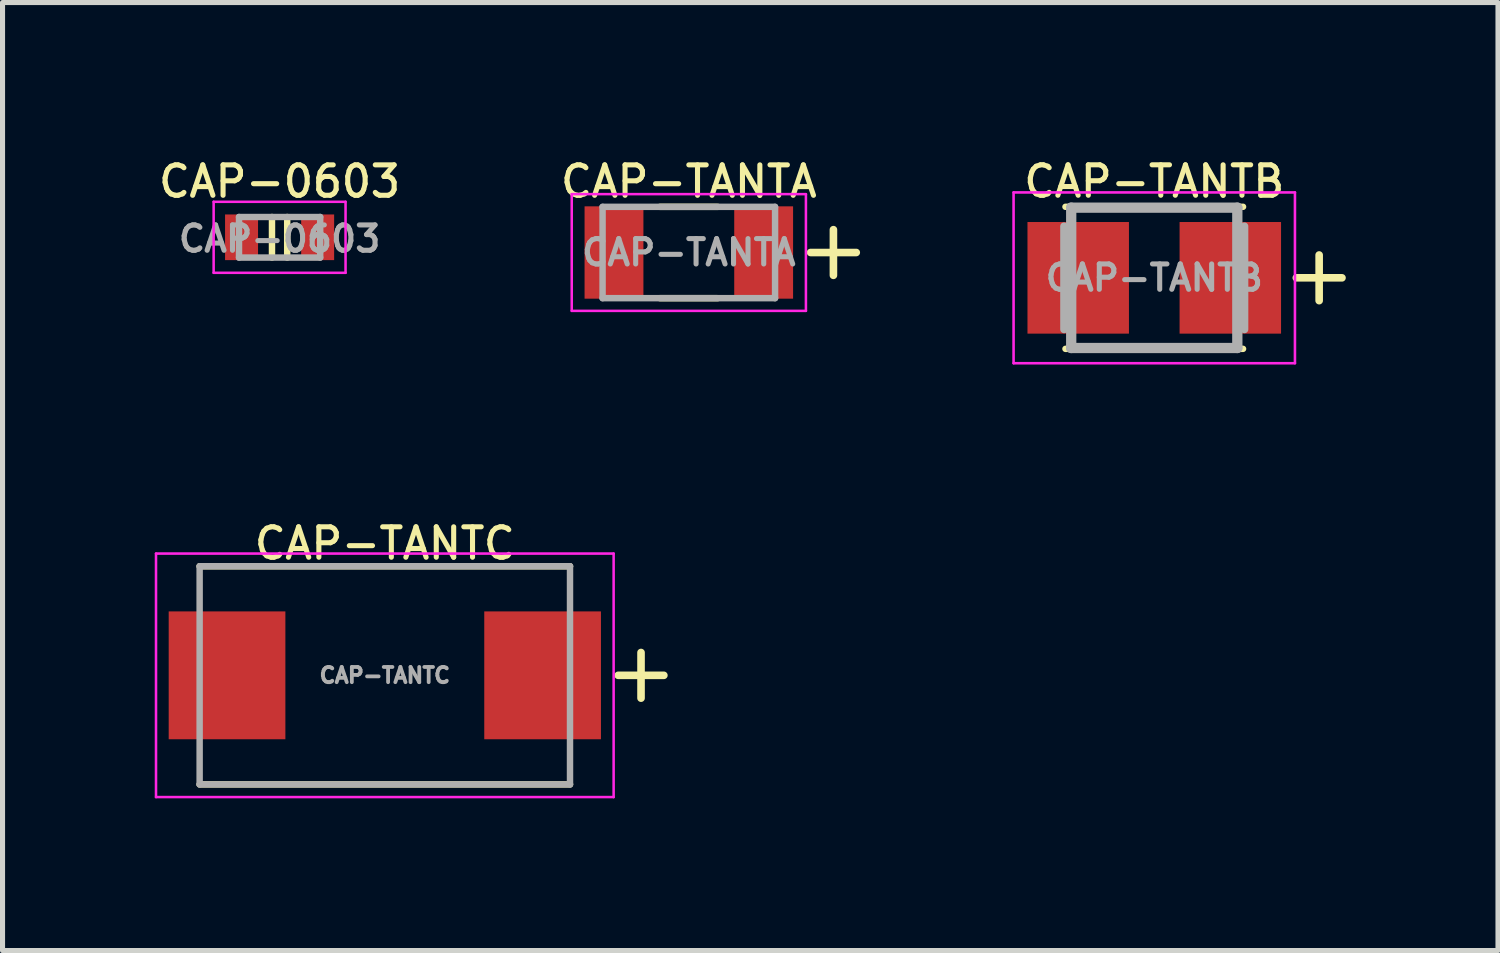
<source format=kicad_pcb>
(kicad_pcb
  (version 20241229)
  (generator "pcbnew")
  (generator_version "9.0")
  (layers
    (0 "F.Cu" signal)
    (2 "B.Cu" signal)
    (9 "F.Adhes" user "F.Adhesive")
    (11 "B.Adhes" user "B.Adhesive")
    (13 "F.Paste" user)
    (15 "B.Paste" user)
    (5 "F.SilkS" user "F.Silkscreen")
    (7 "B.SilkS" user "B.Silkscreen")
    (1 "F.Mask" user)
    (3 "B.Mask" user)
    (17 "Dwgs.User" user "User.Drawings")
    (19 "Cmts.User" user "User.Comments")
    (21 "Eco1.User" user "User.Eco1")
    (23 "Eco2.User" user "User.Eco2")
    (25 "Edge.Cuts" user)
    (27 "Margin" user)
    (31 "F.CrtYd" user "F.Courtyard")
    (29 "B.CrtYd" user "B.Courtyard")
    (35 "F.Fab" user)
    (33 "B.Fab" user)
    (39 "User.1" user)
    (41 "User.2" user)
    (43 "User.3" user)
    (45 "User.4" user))
  (footprint "CAP-TANTA"
    (layer "F.Cu")
    (at 10.527 1.927)
    (property "Reference" "CAP-TANTA" (at 0 -1.4 0) (layer "F.SilkS") (effects (font (size 0.6 0.6) (thickness 0.1) (bold yes))))
    (attr smd)
    (fp_line (start -0.57 -0.9) (end 0.57 -0.9) (stroke (width 0.127) (type solid)) (layer "F.SilkS"))
    (fp_line (start -0.57 0.9) (end 0.57 0.9) (stroke (width 0.127) (type solid)) (layer "F.SilkS"))
    (fp_line (start 2.85 -0.45) (end 2.85 0.45) (stroke (width 0.15) (type default)) (layer "F.SilkS"))
    (fp_line (start 3.3 0) (end 2.4 0) (stroke (width 0.15) (type default)) (layer "F.SilkS"))
    (fp_line (start -2.308 -1.15) (end 2.308 -1.15) (stroke (width 0.05) (type solid)) (layer "F.CrtYd"))
    (fp_line (start -2.308 1.15) (end -2.308 -1.15) (stroke (width 0.05) (type solid)) (layer "F.CrtYd"))
    (fp_line (start -2.308 1.15) (end 2.308 1.15) (stroke (width 0.05) (type solid)) (layer "F.CrtYd"))
    (fp_line (start 2.308 1.15) (end 2.308 -1.15) (stroke (width 0.05) (type solid)) (layer "F.CrtYd"))
    (fp_line (start -1.7 0.9) (end -1.7 -0.9) (stroke (width 0.127) (type solid)) (layer "F.Fab"))
    (fp_line (start 1.7 -0.9) (end -1.7 -0.9) (stroke (width 0.127) (type solid)) (layer "F.Fab"))
    (fp_line (start 1.7 0.9) (end -1.7 0.9) (stroke (width 0.127) (type solid)) (layer "F.Fab"))
    (fp_line (start 1.7 0.9) (end 1.7 -0.9) (stroke (width 0.127) (type solid)) (layer "F.Fab"))
    (fp_text user "${REFERENCE}" (at 0 0 0) (layer "F.Fab") (effects (font (size 0.5 0.5) (thickness 0.1) (bold yes))))
    (pad "1" smd rect (at -1.475 0) (size 1.16 1.82) (layers "F.Cu" "F.Mask" "F.Paste"))
    (pad "2" smd rect (at 1.475 0) (size 1.16 1.82) (layers "F.Cu" "F.Mask" "F.Paste")))
  (footprint "CAP-0603"
    (layer "F.Cu")
    (at 2.461 1.627)
    (property "Reference" "CAP-0603" (at 0 -1.1 0) (layer "F.SilkS") (effects (font (size 0.6 0.6) (thickness 0.1) (bold yes))))
    (attr smd)
    (fp_line (start -0.15 -0.4) (end -0.15 0.4) (stroke (width 0.127) (type solid)) (layer "F.SilkS"))
    (fp_line (start 0.15 -0.4) (end 0.15 0.4) (stroke (width 0.127) (type solid)) (layer "F.SilkS"))
    (fp_line (start -1.3 -0.7) (end -1.3 0.7) (stroke (width 0.05) (type solid)) (layer "F.CrtYd"))
    (fp_line (start -1.3 0.7) (end 1.3 0.7) (stroke (width 0.05) (type solid)) (layer "F.CrtYd"))
    (fp_line (start 1.3 -0.7) (end -1.3 -0.7) (stroke (width 0.05) (type solid)) (layer "F.CrtYd"))
    (fp_line (start 1.3 0.7) (end 1.3 -0.7) (stroke (width 0.05) (type solid)) (layer "F.CrtYd"))
    (fp_line (start -0.8 -0.4) (end -0.8 0.4) (stroke (width 0.127) (type solid)) (layer "F.Fab"))
    (fp_line (start -0.8 -0.4) (end 0.8 -0.4) (stroke (width 0.127) (type solid)) (layer "F.Fab"))
    (fp_line (start -0.8 0.4) (end 0.8 0.4) (stroke (width 0.127) (type solid)) (layer "F.Fab"))
    (fp_line (start 0.8 -0.4) (end 0.8 0.4) (stroke (width 0.127) (type solid)) (layer "F.Fab"))
    (fp_text user "${REFERENCE}" (at 0 0.03 0) (layer "F.Fab") (effects (font (size 0.5 0.5) (thickness 0.1) (bold yes))))
    (pad "1" smd rect (at -0.75 0) (size 0.65 0.9) (layers "F.Cu" "F.Mask" "F.Paste"))
    (pad "2" smd rect (at 0.75 0) (size 0.65 0.9) (layers "F.Cu" "F.Mask" "F.Paste")))
  (footprint "CAP-TANTB"
    (layer "F.Cu")
    (at 19.701 2.426)
    (property "Reference" "CAP-TANTB" (at 0 -1.9 0) (layer "F.SilkS") (effects (font (size 0.6 0.6) (thickness 0.1) (bold yes))))
    (attr smd)
    (fp_line (start -1.75 -1.4) (end 1.75 -1.4) (stroke (width 0.127) (type solid)) (layer "F.SilkS"))
    (fp_line (start -1.75 1.4) (end 1.75 1.4) (stroke (width 0.127) (type solid)) (layer "F.SilkS"))
    (fp_line (start 3.25 -0.45) (end 3.25 0.45) (stroke (width 0.15) (type default)) (layer "F.SilkS"))
    (fp_line (start 3.7 0) (end 2.8 0) (stroke (width 0.15) (type default)) (layer "F.SilkS"))
    (fp_line (start -2.773 -1.683) (end 2.773 -1.683) (stroke (width 0.051) (type solid)) (layer "F.CrtYd"))
    (fp_line (start -2.773 1.683) (end -2.773 -1.683) (stroke (width 0.051) (type solid)) (layer "F.CrtYd"))
    (fp_line (start 2.773 -1.683) (end 2.773 1.683) (stroke (width 0.051) (type solid)) (layer "F.CrtYd"))
    (fp_line (start 2.773 1.683) (end -2.773 1.683) (stroke (width 0.051) (type solid)) (layer "F.CrtYd"))
    (fp_line (start -1.778 -1.016) (end -1.778 1.016) (stroke (width 0.152) (type solid)) (layer "F.Fab"))
    (fp_line (start -1.637 1.383) (end -1.637 -1.383) (stroke (width 0.203) (type solid)) (layer "F.Fab"))
    (fp_line (start 1.637 -1.383) (end -1.637 -1.383) (stroke (width 0.203) (type solid)) (layer "F.Fab"))
    (fp_line (start 1.637 1.383) (end -1.637 1.383) (stroke (width 0.203) (type solid)) (layer "F.Fab"))
    (fp_line (start 1.637 1.383) (end 1.637 -1.383) (stroke (width 0.203) (type solid)) (layer "F.Fab"))
    (fp_line (start 1.778 -1.016) (end 1.778 1.016) (stroke (width 0.152) (type solid)) (layer "F.Fab"))
    (fp_text user "${REFERENCE}" (at 0 0 0) (layer "F.Fab") (effects (font (size 0.5 0.5) (thickness 0.1) (bold yes))))
    (pad "1" smd rect (at -1.499 0) (size 2 2.2) (layers "F.Cu" "F.Mask" "F.Paste"))
    (pad "2" smd rect (at 1.499 0) (size 2 2.2) (layers "F.Cu" "F.Mask" "F.Paste")))
  (footprint "CAP-TANTC"
    (layer "F.Cu")
    (at 4.535 10.261)
    (property "Reference" "CAP-TANTC" (at 0 -2.6 0) (layer "F.SilkS") (effects (font (size 0.6 0.6) (thickness 0.1) (bold yes))))
    (attr smd)
    (fp_line (start -3.65 -2.15) (end 3.65 -2.15) (stroke (width 0.127) (type solid)) (layer "F.SilkS"))
    (fp_line (start -3.65 2.15) (end 3.65 2.15) (stroke (width 0.127) (type solid)) (layer "F.SilkS"))
    (fp_line (start 5.05 -0.45) (end 5.05 0.45) (stroke (width 0.15) (type default)) (layer "F.SilkS"))
    (fp_line (start 5.5 0) (end 4.6 0) (stroke (width 0.15) (type default)) (layer "F.SilkS"))
    (fp_line (start -4.51 -2.4) (end 4.51 -2.4) (stroke (width 0.05) (type solid)) (layer "F.CrtYd"))
    (fp_line (start -4.51 2.4) (end -4.51 -2.4) (stroke (width 0.05) (type solid)) (layer "F.CrtYd"))
    (fp_line (start -4.51 2.4) (end 4.51 2.4) (stroke (width 0.05) (type solid)) (layer "F.CrtYd"))
    (fp_line (start 4.51 2.4) (end 4.51 -2.4) (stroke (width 0.05) (type solid)) (layer "F.CrtYd"))
    (fp_line (start -3.65 2.15) (end -3.65 -2.15) (stroke (width 0.127) (type solid)) (layer "F.Fab"))
    (fp_line (start 3.65 -2.15) (end -3.65 -2.15) (stroke (width 0.127) (type solid)) (layer "F.Fab"))
    (fp_line (start 3.65 2.15) (end -3.65 2.15) (stroke (width 0.127) (type solid)) (layer "F.Fab"))
    (fp_line (start 3.65 2.15) (end 3.65 -2.15) (stroke (width 0.127) (type solid)) (layer "F.Fab"))
    (fp_text user "${REFERENCE}" (at 0 0 0) (layer "F.Fab") (effects (font (size 0.3 0.3) (thickness 0.075) (bold yes))))
    (pad "1" smd rect (at -3.11 0) (size 2.3 2.52) (layers "F.Cu" "F.Mask" "F.Paste"))
    (pad "2" smd rect (at 3.11 0) (size 2.3 2.52) (layers "F.Cu" "F.Mask" "F.Paste")))
  (gr_rect
    (start -3 -3)
    (end 26.476 15.686)
    (stroke (width 0.1) (type default))
    (fill no)
    (layer "Edge.Cuts")))
</source>
